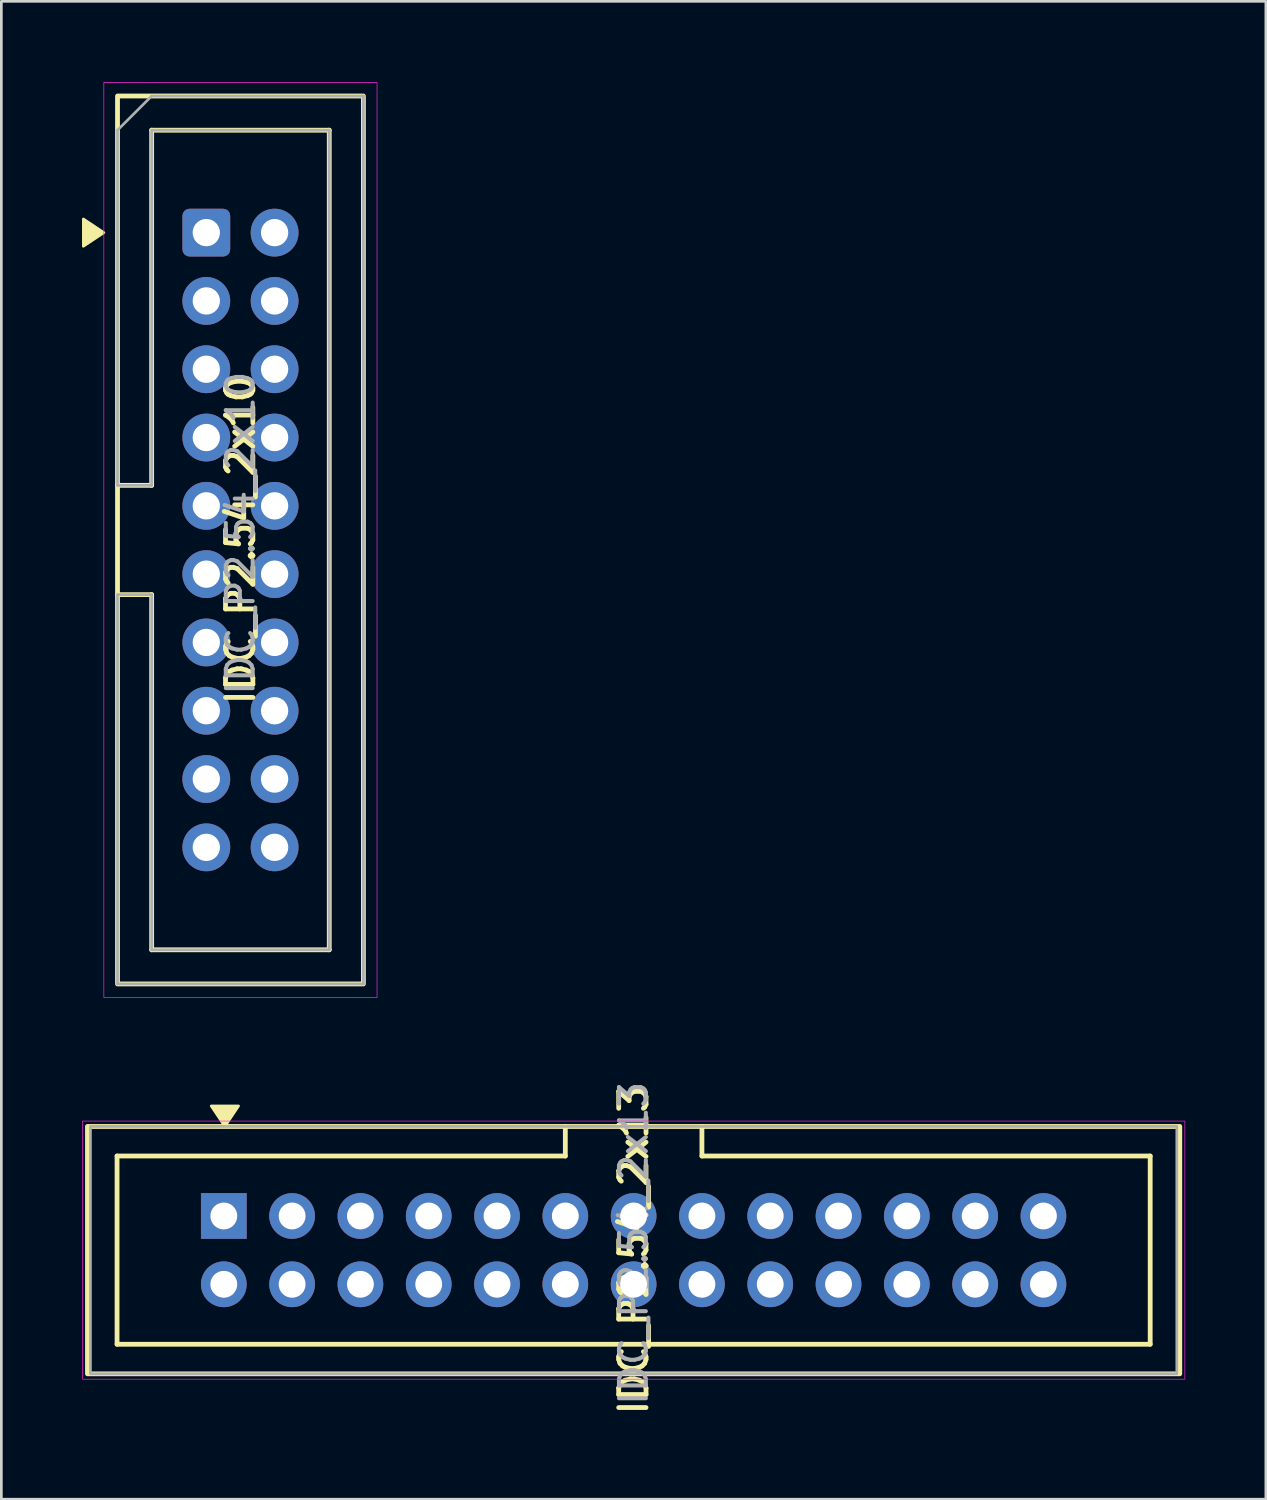
<source format=kicad_pcb>
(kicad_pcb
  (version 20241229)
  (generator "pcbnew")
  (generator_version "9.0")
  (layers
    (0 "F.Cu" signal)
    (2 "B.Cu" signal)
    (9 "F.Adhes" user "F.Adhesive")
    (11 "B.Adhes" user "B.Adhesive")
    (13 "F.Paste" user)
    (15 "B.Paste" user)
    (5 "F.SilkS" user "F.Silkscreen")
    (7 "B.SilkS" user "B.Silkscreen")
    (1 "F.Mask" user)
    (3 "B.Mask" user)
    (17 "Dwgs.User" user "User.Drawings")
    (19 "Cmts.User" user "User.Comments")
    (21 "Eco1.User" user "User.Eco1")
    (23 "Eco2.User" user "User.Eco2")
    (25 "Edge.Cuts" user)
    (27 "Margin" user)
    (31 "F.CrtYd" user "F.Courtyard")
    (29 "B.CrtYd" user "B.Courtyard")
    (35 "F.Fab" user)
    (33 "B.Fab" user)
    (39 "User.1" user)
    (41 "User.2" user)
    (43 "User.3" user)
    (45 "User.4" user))
  (footprint "IDC_P2.54_2x10"
    (layer "F.Cu")
    (at 5.892 17.031)
    (property "Reference" "IDC_P2.54_2x10" (at 0 0 90) (layer "F.SilkS") (effects (font (size 1.016 1.016) (thickness 0.178))))
    (attr through_hole)
    (fp_line (start -4.572 -2.032) (end -3.302 -2.032) (stroke (width 0.178) (type solid)) (layer "F.SilkS"))
    (fp_line (start -3.302 -15.24) (end 3.302 -15.24) (stroke (width 0.178) (type solid)) (layer "F.SilkS"))
    (fp_line (start -3.302 -2.032) (end -3.302 -15.24) (stroke (width 0.178) (type solid)) (layer "F.SilkS"))
    (fp_line (start -3.302 2.032) (end -4.572 2.032) (stroke (width 0.178) (type solid)) (layer "F.SilkS"))
    (fp_line (start -3.302 15.24) (end -3.302 2.032) (stroke (width 0.178) (type solid)) (layer "F.SilkS"))
    (fp_line (start 3.302 -15.24) (end 3.302 15.24) (stroke (width 0.178) (type solid)) (layer "F.SilkS"))
    (fp_line (start 3.302 15.24) (end -3.302 15.24) (stroke (width 0.178) (type solid)) (layer "F.SilkS"))
    (fp_rect (start -4.572 -16.51) (end 4.572 16.51) (stroke (width 0.178) (type solid)) (fill no) (layer "F.SilkS"))
    (fp_poly (pts (xy -5.08 -11.43) (xy -5.842 -10.922) (xy -5.842 -11.938)) (stroke (width 0.1) (type solid)) (fill yes) (layer "F.SilkS"))
    (fp_rect (start -5.08 -17.018) (end 5.08 17.018) (stroke (width 0.025) (type solid)) (fill no) (layer "F.CrtYd"))
    (fp_line (start -4.572 -15.24) (end -3.302 -16.51) (stroke (width 0.1) (type solid)) (layer "F.Fab"))
    (fp_line (start -4.572 -2.032) (end -4.572 -15.24) (stroke (width 0.1) (type solid)) (layer "F.Fab"))
    (fp_line (start -4.572 -2.032) (end -3.302 -2.032) (stroke (width 0.1) (type solid)) (layer "F.Fab"))
    (fp_line (start -4.572 2.032) (end -4.572 16.51) (stroke (width 0.1) (type solid)) (layer "F.Fab"))
    (fp_line (start -4.572 2.032) (end -3.302 2.032) (stroke (width 0.1) (type solid)) (layer "F.Fab"))
    (fp_line (start -3.302 -16.51) (end 4.572 -16.51) (stroke (width 0.1) (type solid)) (layer "F.Fab"))
    (fp_line (start -3.302 -15.24) (end 3.302 -15.24) (stroke (width 0.1) (type solid)) (layer "F.Fab"))
    (fp_line (start -3.302 -2.032) (end -3.302 -15.24) (stroke (width 0.1) (type solid)) (layer "F.Fab"))
    (fp_line (start -3.302 15.24) (end -3.302 2.032) (stroke (width 0.1) (type solid)) (layer "F.Fab"))
    (fp_line (start -3.302 15.24) (end 3.302 15.24) (stroke (width 0.1) (type solid)) (layer "F.Fab"))
    (fp_line (start 3.302 15.24) (end 3.302 -15.24) (stroke (width 0.1) (type solid)) (layer "F.Fab"))
    (fp_line (start 4.572 -16.51) (end 4.572 16.51) (stroke (width 0.1) (type solid)) (layer "F.Fab"))
    (fp_line (start 4.572 16.51) (end -4.572 16.51) (stroke (width 0.1) (type solid)) (layer "F.Fab"))
    (fp_text user "${REFERENCE}" (at 0 -0.254 90) (layer "F.Fab") (effects (font (size 1 1) (thickness 0.15))))
    (pad "1" thru_hole roundrect (at -1.27 -11.43) (size 1.778 1.778) (drill 1.016) (layers "*.Cu" "*.Mask") (roundrect_rratio 0.15))
    (pad "2" thru_hole circle (at 1.27 -11.43) (size 1.778 1.778) (drill 1.016) (layers "*.Cu" "*.Mask"))
    (pad "3" thru_hole circle (at -1.27 -8.89) (size 1.778 1.778) (drill 1.016) (layers "*.Cu" "*.Mask"))
    (pad "4" thru_hole circle (at 1.27 -8.89) (size 1.778 1.778) (drill 1.016) (layers "*.Cu" "*.Mask"))
    (pad "5" thru_hole circle (at -1.27 -6.35) (size 1.778 1.778) (drill 1.016) (layers "*.Cu" "*.Mask"))
    (pad "6" thru_hole circle (at 1.27 -6.35) (size 1.778 1.778) (drill 1.016) (layers "*.Cu" "*.Mask"))
    (pad "7" thru_hole circle (at -1.27 -3.81) (size 1.778 1.778) (drill 1.016) (layers "*.Cu" "*.Mask"))
    (pad "8" thru_hole circle (at 1.27 -3.81) (size 1.778 1.778) (drill 1.016) (layers "*.Cu" "*.Mask"))
    (pad "9" thru_hole circle (at -1.27 -1.27) (size 1.778 1.778) (drill 1.016) (layers "*.Cu" "*.Mask"))
    (pad "10" thru_hole circle (at 1.27 -1.27) (size 1.778 1.778) (drill 1.016) (layers "*.Cu" "*.Mask"))
    (pad "11" thru_hole circle (at -1.27 1.27) (size 1.778 1.778) (drill 1.016) (layers "*.Cu" "*.Mask"))
    (pad "12" thru_hole circle (at 1.27 1.27) (size 1.778 1.778) (drill 1.016) (layers "*.Cu" "*.Mask"))
    (pad "13" thru_hole circle (at -1.27 3.81) (size 1.778 1.778) (drill 1.016) (layers "*.Cu" "*.Mask"))
    (pad "14" thru_hole circle (at 1.27 3.81) (size 1.778 1.778) (drill 1.016) (layers "*.Cu" "*.Mask"))
    (pad "15" thru_hole circle (at -1.27 6.35) (size 1.778 1.778) (drill 1.016) (layers "*.Cu" "*.Mask"))
    (pad "16" thru_hole circle (at 1.27 6.35) (size 1.778 1.778) (drill 1.016) (layers "*.Cu" "*.Mask"))
    (pad "17" thru_hole circle (at -1.27 8.89) (size 1.778 1.778) (drill 1.016) (layers "*.Cu" "*.Mask"))
    (pad "18" thru_hole circle (at 1.27 8.89) (size 1.778 1.778) (drill 1.016) (layers "*.Cu" "*.Mask"))
    (pad "19" thru_hole circle (at -1.27 11.43) (size 1.778 1.778) (drill 1.016) (layers "*.Cu" "*.Mask"))
    (pad "20" thru_hole circle (at 1.27 11.43) (size 1.778 1.778) (drill 1.016) (layers "*.Cu" "*.Mask")))
  (footprint "IDC_P2.54_2x13"
    (layer "F.Cu")
    (at 20.513 43.44)
    (property "Reference" "IDC_P2.54_2x13" (at 0 0 90) (layer "F.SilkS") (effects (font (size 1.016 1.016) (thickness 0.178))))
    (attr through_hole)
    (fp_line (start -19.21 -3.5) (end -2.54 -3.5) (stroke (width 0.178) (type solid)) (layer "F.SilkS"))
    (fp_line (start -19.21 3.5) (end -19.21 -3.5) (stroke (width 0.178) (type solid)) (layer "F.SilkS"))
    (fp_line (start -2.54 -3.5) (end -2.54 -4.6) (stroke (width 0.178) (type solid)) (layer "F.SilkS"))
    (fp_line (start 2.54 -4.6) (end 2.54 -3.5) (stroke (width 0.178) (type solid)) (layer "F.SilkS"))
    (fp_line (start 2.54 -3.5) (end 19.21 -3.5) (stroke (width 0.178) (type solid)) (layer "F.SilkS"))
    (fp_line (start 19.21 -3.5) (end 19.21 3.5) (stroke (width 0.178) (type solid)) (layer "F.SilkS"))
    (fp_line (start 19.21 3.5) (end -19.21 3.5) (stroke (width 0.178) (type solid)) (layer "F.SilkS"))
    (fp_rect (start -20.31 -4.6) (end 20.31 4.6) (stroke (width 0.178) (type solid)) (fill no) (layer "F.SilkS"))
    (fp_poly (pts (xy -15.2 -4.6) (xy -15.708 -5.362) (xy -14.692 -5.362)) (stroke (width 0.1) (type solid)) (fill yes) (layer "F.SilkS"))
    (fp_rect (start -20.5 -4.8) (end 20.5 4.8) (stroke (width 0.025) (type solid)) (fill no) (layer "F.CrtYd"))
    (fp_rect (start -20.2 -4.6) (end 20.2 4.6) (stroke (width 0.1) (type solid)) (fill no) (layer "F.Fab"))
    (fp_text user "${REFERENCE}" (at 0 -0.254 90) (layer "F.Fab") (effects (font (size 1 1) (thickness 0.15))))
    (pad "1" thru_hole rect (at -15.24 -1.27) (size 1.7 1.7) (drill 1) (layers "*.Cu" "*.Mask"))
    (pad "2" thru_hole circle (at -15.24 1.27) (size 1.7 1.7) (drill 1) (layers "*.Cu" "*.Mask"))
    (pad "3" thru_hole circle (at -12.7 -1.27) (size 1.7 1.7) (drill 1) (layers "*.Cu" "*.Mask"))
    (pad "4" thru_hole circle (at -12.7 1.27) (size 1.7 1.7) (drill 1) (layers "*.Cu" "*.Mask"))
    (pad "5" thru_hole circle (at -10.16 -1.27) (size 1.7 1.7) (drill 1) (layers "*.Cu" "*.Mask"))
    (pad "6" thru_hole circle (at -10.16 1.27) (size 1.7 1.7) (drill 1) (layers "*.Cu" "*.Mask"))
    (pad "7" thru_hole circle (at -7.62 -1.27) (size 1.7 1.7) (drill 1) (layers "*.Cu" "*.Mask"))
    (pad "8" thru_hole circle (at -7.62 1.27) (size 1.7 1.7) (drill 1) (layers "*.Cu" "*.Mask"))
    (pad "9" thru_hole circle (at -5.08 -1.27) (size 1.7 1.7) (drill 1) (layers "*.Cu" "*.Mask"))
    (pad "10" thru_hole circle (at -5.08 1.27) (size 1.7 1.7) (drill 1) (layers "*.Cu" "*.Mask"))
    (pad "11" thru_hole circle (at -2.54 -1.27) (size 1.7 1.7) (drill 1) (layers "*.Cu" "*.Mask"))
    (pad "12" thru_hole circle (at -2.54 1.27) (size 1.7 1.7) (drill 1) (layers "*.Cu" "*.Mask"))
    (pad "13" thru_hole circle (at 0 -1.27) (size 1.7 1.7) (drill 1) (layers "*.Cu" "*.Mask"))
    (pad "14" thru_hole circle (at 0 1.27) (size 1.7 1.7) (drill 1) (layers "*.Cu" "*.Mask"))
    (pad "15" thru_hole circle (at 2.54 -1.27) (size 1.7 1.7) (drill 1) (layers "*.Cu" "*.Mask"))
    (pad "16" thru_hole circle (at 2.54 1.27) (size 1.7 1.7) (drill 1) (layers "*.Cu" "*.Mask"))
    (pad "17" thru_hole circle (at 5.08 -1.27) (size 1.7 1.7) (drill 1) (layers "*.Cu" "*.Mask"))
    (pad "18" thru_hole circle (at 5.08 1.27) (size 1.7 1.7) (drill 1) (layers "*.Cu" "*.Mask"))
    (pad "19" thru_hole circle (at 7.62 -1.27) (size 1.7 1.7) (drill 1) (layers "*.Cu" "*.Mask"))
    (pad "20" thru_hole circle (at 7.62 1.27) (size 1.7 1.7) (drill 1) (layers "*.Cu" "*.Mask"))
    (pad "21" thru_hole circle (at 10.16 -1.27) (size 1.7 1.7) (drill 1) (layers "*.Cu" "*.Mask"))
    (pad "22" thru_hole circle (at 10.16 1.27) (size 1.7 1.7) (drill 1) (layers "*.Cu" "*.Mask"))
    (pad "23" thru_hole circle (at 12.7 -1.27) (size 1.7 1.7) (drill 1) (layers "*.Cu" "*.Mask"))
    (pad "24" thru_hole circle (at 12.7 1.27) (size 1.7 1.7) (drill 1) (layers "*.Cu" "*.Mask"))
    (pad "25" thru_hole circle (at 15.24 -1.27) (size 1.7 1.7) (drill 1) (layers "*.Cu" "*.Mask"))
    (pad "26" thru_hole circle (at 15.24 1.27) (size 1.7 1.7) (drill 1) (layers "*.Cu" "*.Mask")))
  (gr_rect
    (start -3 -3)
    (end 44.025 52.702)
    (stroke (width 0.1) (type default))
    (fill no)
    (layer "Edge.Cuts")))
</source>
